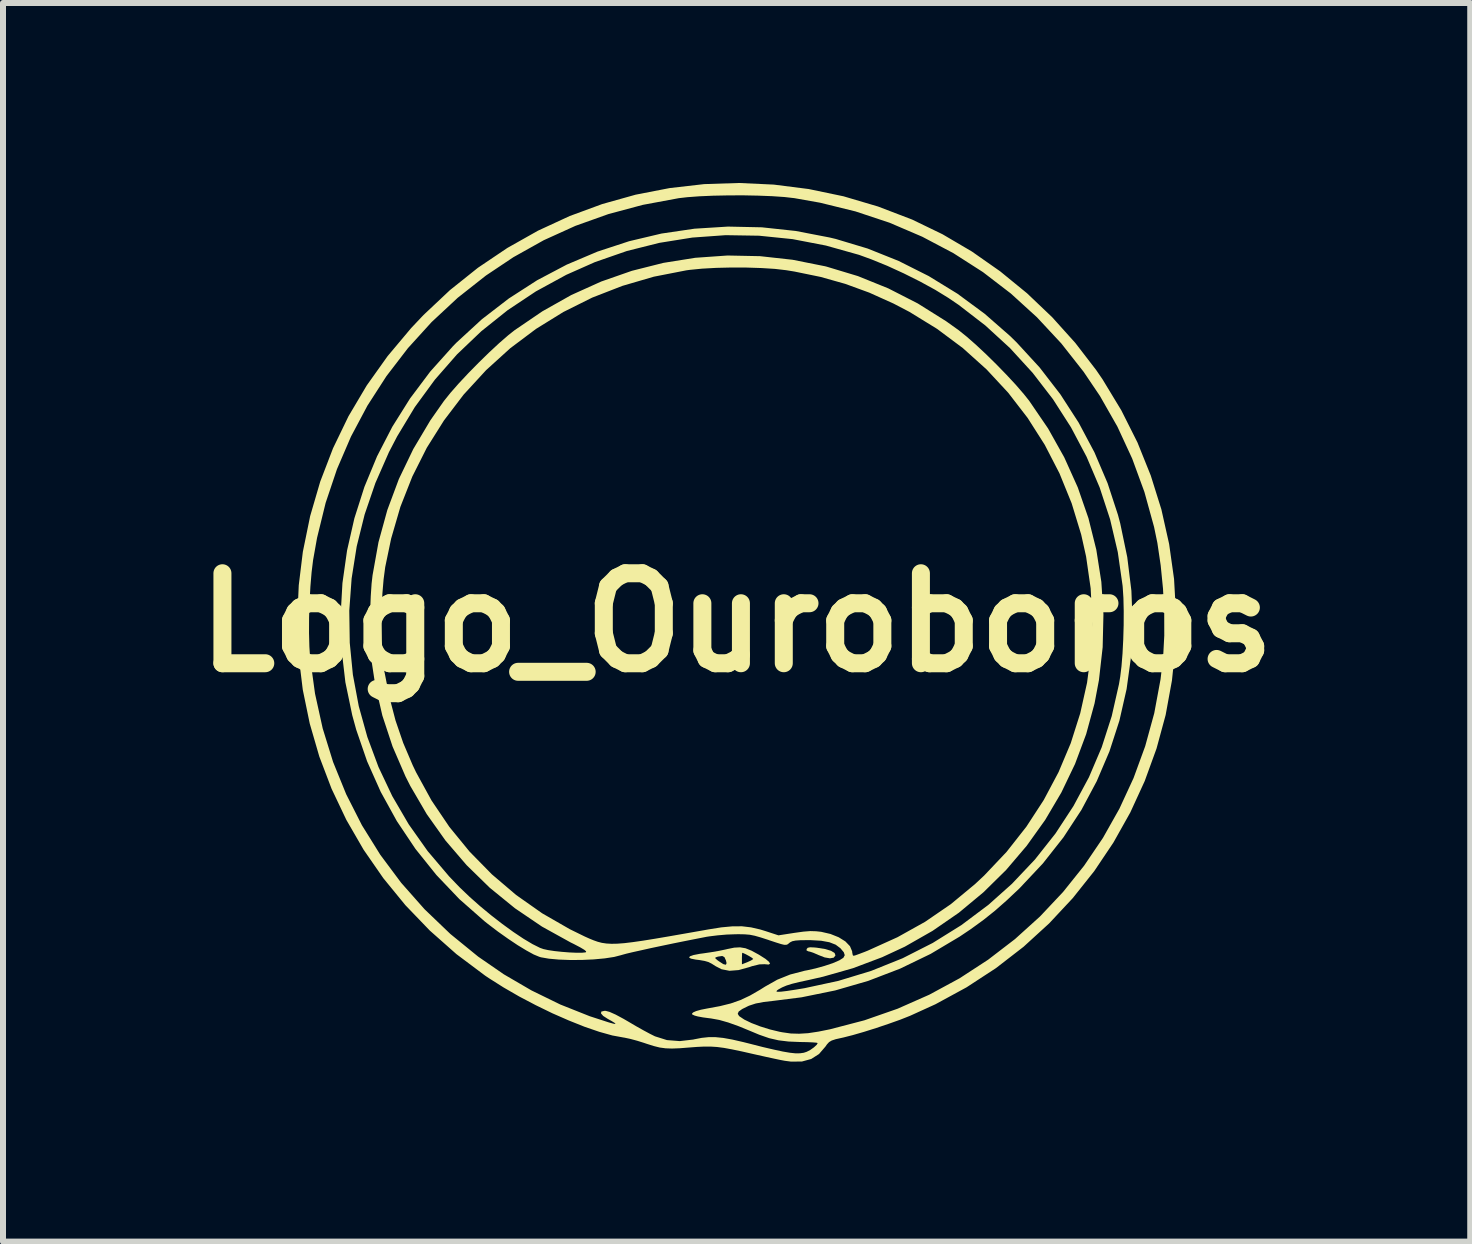
<source format=kicad_pcb>
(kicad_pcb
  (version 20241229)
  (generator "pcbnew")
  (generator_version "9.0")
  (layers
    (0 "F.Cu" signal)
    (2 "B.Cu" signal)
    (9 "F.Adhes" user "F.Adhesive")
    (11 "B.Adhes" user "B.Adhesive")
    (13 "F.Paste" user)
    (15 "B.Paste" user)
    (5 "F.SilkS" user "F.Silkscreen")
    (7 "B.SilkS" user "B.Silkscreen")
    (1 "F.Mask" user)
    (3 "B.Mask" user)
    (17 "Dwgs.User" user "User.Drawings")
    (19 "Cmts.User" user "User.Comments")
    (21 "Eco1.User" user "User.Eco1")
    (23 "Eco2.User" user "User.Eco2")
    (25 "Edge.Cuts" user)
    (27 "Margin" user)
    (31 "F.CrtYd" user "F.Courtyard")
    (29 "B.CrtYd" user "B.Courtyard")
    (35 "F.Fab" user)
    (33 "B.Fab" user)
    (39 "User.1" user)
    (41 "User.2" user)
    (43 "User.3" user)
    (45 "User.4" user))
  (footprint "Logo_Ouroboros"
    (layer "F.Cu")
    (at 9.229 7.327)
    (property "Reference" "Logo_Ouroboros" (at 0 0 0) (layer "F.SilkS") (effects (font (size 1.5 1.5) (thickness 0.3))))
    (attr board_only exclude_from_pos_files exclude_from_bom)
    (fp_poly (pts (xy 1.295 5.416) (xy 1.336 5.42) (xy 1.473 5.442) (xy 1.574 5.472) (xy 1.633 5.509) (xy 1.647 5.549) (xy 1.618 5.586) (xy 1.555 5.597) (xy 1.467 5.582) (xy 1.364 5.542) (xy 1.286 5.508) (xy 1.222 5.486) (xy 1.196 5.481) (xy 1.165 5.466) (xy 1.167 5.442) (xy 1.185 5.421) (xy 1.224 5.413)) (stroke (width 0) (type solid)) (fill yes) (layer "F.SilkS"))
    (fp_poly (pts (xy 0.147 5.429) (xy 0.247 5.469) (xy 0.37 5.536) (xy 0.383 5.544) (xy 0.482 5.607) (xy 0.54 5.656) (xy 0.557 5.688) (xy 0.532 5.701) (xy 0.466 5.695) (xy 0.379 5.698) (xy 0.256 5.728) (xy 0.213 5.743) (xy 0.033 5.793) (xy -0.12 5.805) (xy -0.252 5.779) (xy -0.349 5.729) (xy -0.415 5.687) (xy -0.47 5.659) (xy -0.532 5.641) (xy -0.618 5.626) (xy -0.683 5.618) (xy -0.762 5.602) (xy -0.769 5.598) (xy -0.355 5.598) (xy -0.321 5.628) (xy -0.296 5.646) (xy -0.222 5.694) (xy -0.179 5.704) (xy -0.168 5.677) (xy -0.179 5.631) (xy -0.193 5.601) (xy 0.088 5.601) (xy 0.088 5.697) (xy 0.181 5.66) (xy 0.24 5.633) (xy 0.273 5.611) (xy 0.275 5.606) (xy 0.256 5.589) (xy 0.209 5.56) (xy 0.154 5.53) (xy 0.108 5.509) (xy 0.093 5.505) (xy 0.09 5.528) (xy 0.088 5.583) (xy 0.088 5.601) (xy -0.193 5.601) (xy -0.204 5.577) (xy -0.24 5.558) (xy -0.302 5.567) (xy -0.32 5.571) (xy -0.354 5.583) (xy -0.355 5.598) (xy -0.769 5.598) (xy -0.793 5.583) (xy -0.778 5.563) (xy -0.718 5.542) (xy -0.614 5.522) (xy -0.561 5.515) (xy -0.431 5.496) (xy -0.292 5.472) (xy -0.173 5.447) (xy -0.158 5.443) (xy -0.04 5.419) (xy 0.057 5.414)) (stroke (width 0) (type solid)) (fill yes) (layer "F.SilkS"))
    (fp_poly (pts (xy 0.619 -7.3) (xy 1.201 -7.226) (xy 1.781 -7.105) (xy 2.356 -6.935) (xy 2.923 -6.718) (xy 2.928 -6.716) (xy 3.432 -6.472) (xy 3.922 -6.184) (xy 4.393 -5.854) (xy 4.841 -5.488) (xy 5.26 -5.089) (xy 5.645 -4.661) (xy 5.992 -4.21) (xy 6.099 -4.054) (xy 6.412 -3.537) (xy 6.681 -3.002) (xy 6.903 -2.45) (xy 7.08 -1.885) (xy 7.209 -1.309) (xy 7.291 -0.726) (xy 7.324 -0.136) (xy 7.309 0.455) (xy 7.256 0.965) (xy 7.151 1.54) (xy 6.999 2.1) (xy 6.802 2.642) (xy 6.562 3.165) (xy 6.281 3.666) (xy 5.961 4.143) (xy 5.603 4.593) (xy 5.21 5.014) (xy 4.783 5.404) (xy 4.323 5.76) (xy 3.833 6.08) (xy 3.315 6.362) (xy 2.891 6.555) (xy 2.724 6.621) (xy 2.53 6.69) (xy 2.325 6.759) (xy 2.122 6.823) (xy 1.935 6.877) (xy 1.778 6.917) (xy 1.755 6.922) (xy 1.652 6.945) (xy 1.585 6.967) (xy 1.541 6.993) (xy 1.505 7.032) (xy 1.481 7.067) (xy 1.373 7.192) (xy 1.243 7.275) (xy 1.089 7.317) (xy 0.908 7.319) (xy 0.802 7.305) (xy 0.728 7.291) (xy 0.619 7.268) (xy 0.486 7.239) (xy 0.343 7.207) (xy 0.289 7.195) (xy 0.087 7.149) (xy -0.076 7.115) (xy -0.211 7.09) (xy -0.327 7.075) (xy -0.435 7.068) (xy -0.544 7.068) (xy -0.665 7.074) (xy -0.783 7.083) (xy -0.949 7.096) (xy -1.079 7.101) (xy -1.185 7.097) (xy -1.282 7.084) (xy -1.382 7.059) (xy -1.499 7.022) (xy -1.543 7.007) (xy -1.658 6.971) (xy -1.773 6.94) (xy -1.867 6.92) (xy -1.886 6.917) (xy -2.072 6.883) (xy -2.29 6.822) (xy -2.535 6.738) (xy -2.798 6.633) (xy -3.072 6.513) (xy -3.349 6.378) (xy -3.623 6.234) (xy -3.886 6.082) (xy -4.131 5.927) (xy -4.192 5.886) (xy -4.671 5.527) (xy -5.115 5.134) (xy -5.521 4.712) (xy -5.889 4.262) (xy -6.218 3.787) (xy -6.506 3.289) (xy -6.752 2.771) (xy -6.956 2.235) (xy -7.116 1.684) (xy -7.232 1.121) (xy -7.302 0.547) (xy -7.316 0.172) (xy -7.128 0.172) (xy -7.122 0.403) (xy -7.11 0.588) (xy -7.028 1.185) (xy -6.9 1.765) (xy -6.727 2.324) (xy -6.508 2.863) (xy -6.246 3.379) (xy -5.94 3.871) (xy -5.592 4.338) (xy -5.203 4.778) (xy -4.772 5.191) (xy -4.308 5.569) (xy -3.88 5.864) (xy -3.42 6.132) (xy -2.939 6.367) (xy -2.449 6.562) (xy -2.129 6.666) (xy -2.052 6.687) (xy -2.019 6.691) (xy -2.03 6.676) (xy -2.086 6.641) (xy -2.147 6.607) (xy -2.225 6.557) (xy -2.261 6.515) (xy -2.256 6.485) (xy -2.207 6.473) (xy -2.182 6.473) (xy -2.118 6.49) (xy -2.017 6.535) (xy -1.883 6.607) (xy -1.799 6.656) (xy -1.675 6.729) (xy -1.552 6.798) (xy -1.444 6.856) (xy -1.364 6.896) (xy -1.356 6.899) (xy -1.162 6.96) (xy -0.948 6.977) (xy -0.724 6.951) (xy -0.707 6.947) (xy -0.583 6.923) (xy -0.468 6.911) (xy -0.352 6.911) (xy -0.223 6.924) (xy -0.073 6.951) (xy 0.11 6.993) (xy 0.21 7.018) (xy 0.437 7.076) (xy 0.622 7.119) (xy 0.77 7.151) (xy 0.888 7.171) (xy 0.982 7.181) (xy 1.057 7.18) (xy 1.119 7.171) (xy 1.168 7.155) (xy 1.226 7.125) (xy 1.287 7.082) (xy 1.334 7.039) (xy 1.351 7.009) (xy 1.328 7.003) (xy 1.264 6.998) (xy 1.17 6.994) (xy 1.057 6.992) (xy 0.865 6.984) (xy 0.699 6.964) (xy 0.542 6.928) (xy 0.375 6.87) (xy 0.246 6.816) (xy 0.037 6.73) (xy -0.139 6.667) (xy -0.29 6.624) (xy -0.428 6.599) (xy -0.462 6.595) (xy -0.56 6.582) (xy -0.647 6.566) (xy -0.699 6.552) (xy -0.742 6.532) (xy -0.742 6.514) (xy -0.72 6.496) (xy -0.674 6.476) (xy -0.596 6.454) (xy -0.5 6.435) (xy -0.495 6.434) (xy -0.278 6.394) (xy -0.097 6.349) (xy 0.065 6.292) (xy 0.222 6.218) (xy 0.39 6.121) (xy 0.474 6.068) (xy 0.678 5.953) (xy 0.892 5.867) (xy 1.134 5.804) (xy 1.182 5.795) (xy 1.316 5.765) (xy 1.463 5.724) (xy 1.593 5.681) (xy 1.602 5.678) (xy 1.713 5.63) (xy 1.779 5.588) (xy 1.802 5.545) (xy 1.786 5.496) (xy 1.733 5.433) (xy 1.731 5.43) (xy 1.651 5.37) (xy 1.546 5.329) (xy 1.409 5.304) (xy 1.233 5.294) (xy 1.184 5.294) (xy 1.064 5.295) (xy 0.982 5.301) (xy 0.928 5.312) (xy 0.892 5.33) (xy 0.876 5.342) (xy 0.853 5.362) (xy 0.828 5.372) (xy 0.793 5.372) (xy 0.739 5.359) (xy 0.656 5.333) (xy 0.535 5.293) (xy 0.531 5.291) (xy 0.401 5.249) (xy 0.303 5.221) (xy 0.219 5.204) (xy 0.134 5.197) (xy 0.031 5.195) (xy -0.025 5.196) (xy -0.166 5.201) (xy -0.317 5.214) (xy -0.454 5.231) (xy -0.5 5.238) (xy -0.674 5.272) (xy -0.861 5.309) (xy -1.054 5.348) (xy -1.245 5.388) (xy -1.426 5.426) (xy -1.591 5.463) (xy -1.731 5.494) (xy -1.84 5.52) (xy -1.909 5.539) (xy -1.922 5.543) (xy -2.042 5.574) (xy -2.199 5.598) (xy -2.382 5.615) (xy -2.578 5.624) (xy -2.776 5.625) (xy -2.964 5.618) (xy -3.13 5.603) (xy -3.262 5.58) (xy -3.291 5.571) (xy -3.383 5.533) (xy -3.505 5.466) (xy -3.65 5.378) (xy -3.81 5.271) (xy -3.978 5.152) (xy -4.145 5.025) (xy -4.204 4.978) (xy -4.621 4.611) (xy -5.005 4.208) (xy -5.354 3.773) (xy -5.664 3.31) (xy -5.933 2.822) (xy -6.16 2.313) (xy -6.341 1.787) (xy -6.408 1.543) (xy -6.522 0.995) (xy -6.586 0.444) (xy -6.602 -0.108) (xy -6.597 -0.198) (xy -6.457 -0.198) (xy -6.449 0.338) (xy -6.397 0.869) (xy -6.299 1.393) (xy -6.156 1.907) (xy -5.97 2.408) (xy -5.74 2.894) (xy -5.467 3.362) (xy -5.151 3.809) (xy -4.792 4.232) (xy -4.618 4.413) (xy -4.455 4.569) (xy -4.277 4.727) (xy -4.092 4.88) (xy -3.905 5.025) (xy -3.723 5.157) (xy -3.554 5.27) (xy -3.403 5.36) (xy -3.277 5.423) (xy -3.22 5.443) (xy -3.142 5.46) (xy -3.036 5.476) (xy -2.914 5.489) (xy -2.788 5.499) (xy -2.672 5.504) (xy -2.579 5.504) (xy -2.52 5.498) (xy -2.514 5.496) (xy -2.508 5.482) (xy -2.538 5.456) (xy -2.606 5.415) (xy -2.715 5.358) (xy -2.768 5.332) (xy -3.245 5.068) (xy -3.695 4.763) (xy -4.115 4.421) (xy -4.501 4.044) (xy -4.853 3.634) (xy -5.166 3.193) (xy -5.439 2.725) (xy -5.52 2.565) (xy -5.736 2.065) (xy -5.906 1.549) (xy -6.027 1.024) (xy -6.082 0.663) (xy -6.098 0.484) (xy -6.107 0.27) (xy -6.11 0.041) (xy -5.92 0.041) (xy -5.915 0.3) (xy -5.902 0.541) (xy -5.881 0.75) (xy -5.872 0.813) (xy -5.789 1.239) (xy -5.686 1.633) (xy -5.558 2.007) (xy -5.4 2.378) (xy -5.343 2.497) (xy -5.086 2.966) (xy -4.788 3.407) (xy -4.452 3.818) (xy -4.08 4.197) (xy -3.676 4.541) (xy -3.241 4.847) (xy -2.78 5.112) (xy -2.533 5.233) (xy -2.455 5.268) (xy -2.384 5.297) (xy -2.316 5.321) (xy -2.247 5.339) (xy -2.172 5.35) (xy -2.087 5.355) (xy -1.988 5.353) (xy -1.87 5.344) (xy -1.73 5.327) (xy -1.563 5.303) (xy -1.364 5.271) (xy -1.129 5.231) (xy -0.855 5.183) (xy -0.536 5.127) (xy -0.475 5.116) (xy -0.256 5.081) (xy -0.072 5.064) (xy 0.089 5.063) (xy 0.24 5.081) (xy 0.392 5.116) (xy 0.48 5.143) (xy 0.697 5.214) (xy 0.968 5.172) (xy 1.113 5.152) (xy 1.227 5.143) (xy 1.325 5.146) (xy 1.409 5.155) (xy 1.564 5.191) (xy 1.701 5.246) (xy 1.812 5.315) (xy 1.889 5.395) (xy 1.925 5.48) (xy 1.927 5.503) (xy 1.936 5.545) (xy 1.949 5.555) (xy 1.98 5.547) (xy 2.046 5.523) (xy 2.136 5.489) (xy 2.188 5.468) (xy 2.681 5.245) (xy 3.14 4.989) (xy 3.569 4.695) (xy 3.973 4.36) (xy 4.126 4.217) (xy 4.499 3.823) (xy 4.83 3.402) (xy 5.119 2.958) (xy 5.366 2.493) (xy 5.569 2.011) (xy 5.727 1.513) (xy 5.841 1.003) (xy 5.908 0.485) (xy 5.928 -0.041) (xy 5.901 -0.57) (xy 5.825 -1.099) (xy 5.743 -1.467) (xy 5.584 -1.988) (xy 5.381 -2.487) (xy 5.136 -2.962) (xy 4.85 -3.411) (xy 4.526 -3.831) (xy 4.166 -4.219) (xy 3.77 -4.575) (xy 3.341 -4.895) (xy 2.881 -5.178) (xy 2.615 -5.317) (xy 2.211 -5.499) (xy 1.811 -5.645) (xy 1.4 -5.761) (xy 0.962 -5.851) (xy 0.826 -5.873) (xy 0.638 -5.895) (xy 0.415 -5.909) (xy 0.168 -5.917) (xy -0.088 -5.918) (xy -0.34 -5.912) (xy -0.575 -5.899) (xy -0.779 -5.879) (xy -0.838 -5.871) (xy -1.38 -5.765) (xy -1.904 -5.612) (xy -2.408 -5.416) (xy -2.889 -5.176) (xy -3.345 -4.894) (xy -3.774 -4.572) (xy -4.173 -4.21) (xy -4.179 -4.204) (xy -4.551 -3.799) (xy -4.879 -3.368) (xy -5.165 -2.913) (xy -5.406 -2.434) (xy -5.605 -1.929) (xy -5.759 -1.4) (xy -5.858 -0.924) (xy -5.885 -0.72) (xy -5.905 -0.482) (xy -5.916 -0.224) (xy -5.92 0.041) (xy -6.11 0.041) (xy -6.11 0.035) (xy -6.108 -0.206) (xy -6.099 -0.439) (xy -6.085 -0.649) (xy -6.069 -0.788) (xy -5.97 -1.34) (xy -5.823 -1.875) (xy -5.63 -2.393) (xy -5.39 -2.892) (xy -5.105 -3.371) (xy -4.88 -3.692) (xy -4.771 -3.828) (xy -4.632 -3.986) (xy -4.472 -4.157) (xy -4.301 -4.331) (xy -4.127 -4.501) (xy -3.959 -4.657) (xy -3.806 -4.79) (xy -3.701 -4.873) (xy -3.238 -5.188) (xy -2.757 -5.459) (xy -2.258 -5.684) (xy -1.746 -5.863) (xy -1.222 -5.995) (xy -0.69 -6.08) (xy -0.152 -6.118) (xy 0.39 -6.107) (xy 0.932 -6.047) (xy 1.473 -5.939) (xy 1.501 -5.932) (xy 2.021 -5.775) (xy 2.528 -5.57) (xy 3.019 -5.319) (xy 3.491 -5.023) (xy 3.701 -4.873) (xy 3.834 -4.766) (xy 3.989 -4.63) (xy 4.158 -4.472) (xy 4.331 -4.302) (xy 4.5 -4.128) (xy 4.655 -3.961) (xy 4.787 -3.808) (xy 4.875 -3.698) (xy 5.191 -3.235) (xy 5.461 -2.753) (xy 5.686 -2.253) (xy 5.864 -1.739) (xy 5.995 -1.214) (xy 6.079 -0.678) (xy 6.114 -0.136) (xy 6.101 0.411) (xy 6.039 0.96) (xy 5.966 1.347) (xy 5.826 1.86) (xy 5.641 2.356) (xy 5.412 2.834) (xy 5.143 3.29) (xy 4.835 3.721) (xy 4.491 4.125) (xy 4.113 4.497) (xy 3.704 4.837) (xy 3.266 5.139) (xy 2.803 5.403) (xy 2.424 5.579) (xy 1.941 5.761) (xy 1.442 5.903) (xy 1.206 5.957) (xy 1.044 5.992) (xy 0.922 6.022) (xy 0.83 6.051) (xy 0.757 6.082) (xy 0.694 6.117) (xy 0.676 6.13) (xy 0.661 6.147) (xy 0.681 6.155) (xy 0.74 6.153) (xy 0.84 6.141) (xy 0.984 6.119) (xy 1.13 6.095) (xy 1.695 5.973) (xy 2.241 5.807) (xy 2.766 5.596) (xy 3.268 5.341) (xy 3.745 5.044) (xy 4.196 4.706) (xy 4.589 4.355) (xy 4.972 3.95) (xy 5.314 3.517) (xy 5.614 3.059) (xy 5.872 2.579) (xy 6.085 2.079) (xy 6.252 1.56) (xy 6.373 1.027) (xy 6.394 0.901) (xy 6.415 0.727) (xy 6.432 0.517) (xy 6.444 0.284) (xy 6.451 0.043) (xy 6.452 -0.193) (xy 6.447 -0.41) (xy 6.435 -0.594) (xy 6.433 -0.615) (xy 6.353 -1.174) (xy 6.225 -1.72) (xy 6.051 -2.251) (xy 5.833 -2.763) (xy 5.573 -3.254) (xy 5.273 -3.722) (xy 4.934 -4.162) (xy 4.557 -4.574) (xy 4.145 -4.952) (xy 3.699 -5.296) (xy 3.528 -5.412) (xy 3.31 -5.546) (xy 3.058 -5.684) (xy 2.786 -5.82) (xy 2.511 -5.946) (xy 2.246 -6.054) (xy 2.04 -6.129) (xy 1.488 -6.284) (xy 0.932 -6.391) (xy 0.374 -6.448) (xy -0.184 -6.457) (xy -0.739 -6.417) (xy -1.288 -6.329) (xy -1.83 -6.193) (xy -2.362 -6.008) (xy -2.84 -5.796) (xy -3.346 -5.52) (xy -3.818 -5.206) (xy -4.257 -4.855) (xy -4.662 -4.469) (xy -5.031 -4.047) (xy -5.364 -3.592) (xy -5.659 -3.103) (xy -5.796 -2.84) (xy -6.022 -2.325) (xy -6.201 -1.801) (xy -6.333 -1.27) (xy -6.418 -0.734) (xy -6.457 -0.198) (xy -6.597 -0.198) (xy -6.571 -0.657) (xy -6.494 -1.201) (xy -6.372 -1.737) (xy -6.205 -2.261) (xy -5.994 -2.771) (xy -5.74 -3.263) (xy -5.444 -3.735) (xy -5.107 -4.184) (xy -4.729 -4.606) (xy -4.668 -4.668) (xy -4.246 -5.056) (xy -3.797 -5.402) (xy -3.325 -5.706) (xy -2.832 -5.966) (xy -2.32 -6.183) (xy -1.793 -6.356) (xy -1.253 -6.484) (xy -0.702 -6.565) (xy -0.144 -6.6) (xy 0.42 -6.588) (xy 0.986 -6.527) (xy 1.551 -6.418) (xy 1.652 -6.394) (xy 2.184 -6.234) (xy 2.701 -6.027) (xy 3.202 -5.775) (xy 3.681 -5.481) (xy 4.135 -5.146) (xy 4.56 -4.774) (xy 4.668 -4.668) (xy 5.051 -4.251) (xy 5.396 -3.804) (xy 5.701 -3.332) (xy 5.964 -2.837) (xy 6.183 -2.323) (xy 6.356 -1.795) (xy 6.394 -1.652) (xy 6.511 -1.09) (xy 6.58 -0.53) (xy 6.601 0.024) (xy 6.574 0.571) (xy 6.5 1.109) (xy 6.38 1.636) (xy 6.214 2.148) (xy 6.002 2.645) (xy 5.747 3.123) (xy 5.447 3.581) (xy 5.104 4.016) (xy 4.718 4.427) (xy 4.714 4.431) (xy 4.503 4.63) (xy 4.308 4.802) (xy 4.114 4.957) (xy 3.905 5.109) (xy 3.716 5.236) (xy 3.234 5.523) (xy 2.725 5.769) (xy 2.193 5.973) (xy 1.644 6.132) (xy 1.081 6.247) (xy 0.622 6.305) (xy 0.451 6.325) (xy 0.318 6.35) (xy 0.214 6.384) (xy 0.196 6.391) (xy 0.093 6.442) (xy 0.034 6.484) (xy 0.018 6.522) (xy 0.04 6.558) (xy 0.044 6.562) (xy 0.127 6.618) (xy 0.247 6.676) (xy 0.393 6.732) (xy 0.553 6.782) (xy 0.714 6.821) (xy 0.762 6.83) (xy 0.902 6.85) (xy 1.041 6.854) (xy 1.19 6.845) (xy 1.362 6.819) (xy 1.556 6.78) (xy 2.13 6.63) (xy 2.683 6.437) (xy 3.212 6.203) (xy 3.716 5.93) (xy 4.192 5.62) (xy 4.64 5.276) (xy 5.057 4.899) (xy 5.441 4.491) (xy 5.791 4.054) (xy 6.105 3.591) (xy 6.38 3.103) (xy 6.616 2.592) (xy 6.81 2.061) (xy 6.961 1.511) (xy 7.066 0.945) (xy 7.109 0.576) (xy 7.128 0.218) (xy 7.127 -0.167) (xy 7.107 -0.563) (xy 7.068 -0.955) (xy 7.013 -1.327) (xy 6.958 -1.593) (xy 6.797 -2.176) (xy 6.593 -2.733) (xy 6.347 -3.265) (xy 6.056 -3.776) (xy 5.784 -4.179) (xy 5.411 -4.653) (xy 5.006 -5.088) (xy 4.571 -5.484) (xy 4.106 -5.841) (xy 3.613 -6.157) (xy 3.094 -6.431) (xy 2.55 -6.664) (xy 1.981 -6.853) (xy 1.391 -6.998) (xy 0.963 -7.074) (xy 0.796 -7.093) (xy 0.591 -7.107) (xy 0.358 -7.116) (xy 0.109 -7.121) (xy -0.145 -7.12) (xy -0.392 -7.115) (xy -0.622 -7.105) (xy -0.823 -7.09) (xy -0.963 -7.074) (xy -1.565 -6.962) (xy -2.139 -6.808) (xy -2.688 -6.612) (xy -3.215 -6.373) (xy -3.721 -6.09) (xy -4.179 -5.784) (xy -4.65 -5.413) (xy -5.084 -5.009) (xy -5.48 -4.573) (xy -5.837 -4.108) (xy -6.154 -3.616) (xy -6.429 -3.099) (xy -6.662 -2.557) (xy -6.851 -1.995) (xy -6.994 -1.412) (xy -7.06 -1.042) (xy -7.085 -0.839) (xy -7.105 -0.601) (xy -7.119 -0.345) (xy -7.127 -0.082) (xy -7.128 0.172) (xy -7.316 0.172) (xy -7.325 -0.035) (xy -7.299 -0.622) (xy -7.231 -1.179) (xy -7.109 -1.775) (xy -6.941 -2.35) (xy -6.728 -2.905) (xy -6.47 -3.439) (xy -6.166 -3.952) (xy -5.818 -4.441) (xy -5.426 -4.908) (xy -5.22 -5.126) (xy -4.779 -5.541) (xy -4.312 -5.914) (xy -3.822 -6.244) (xy -3.311 -6.532) (xy -2.783 -6.776) (xy -2.24 -6.976) (xy -1.683 -7.132) (xy -1.117 -7.242) (xy -0.542 -7.308) (xy 0.037 -7.327)) (stroke (width 0) (type solid)) (fill yes) (layer "F.SilkS")))
  (gr_rect
    (start -3 -3)
    (end 21.457 17.646)
    (stroke (width 0.1) (type default))
    (fill no)
    (layer "Edge.Cuts")))
</source>
